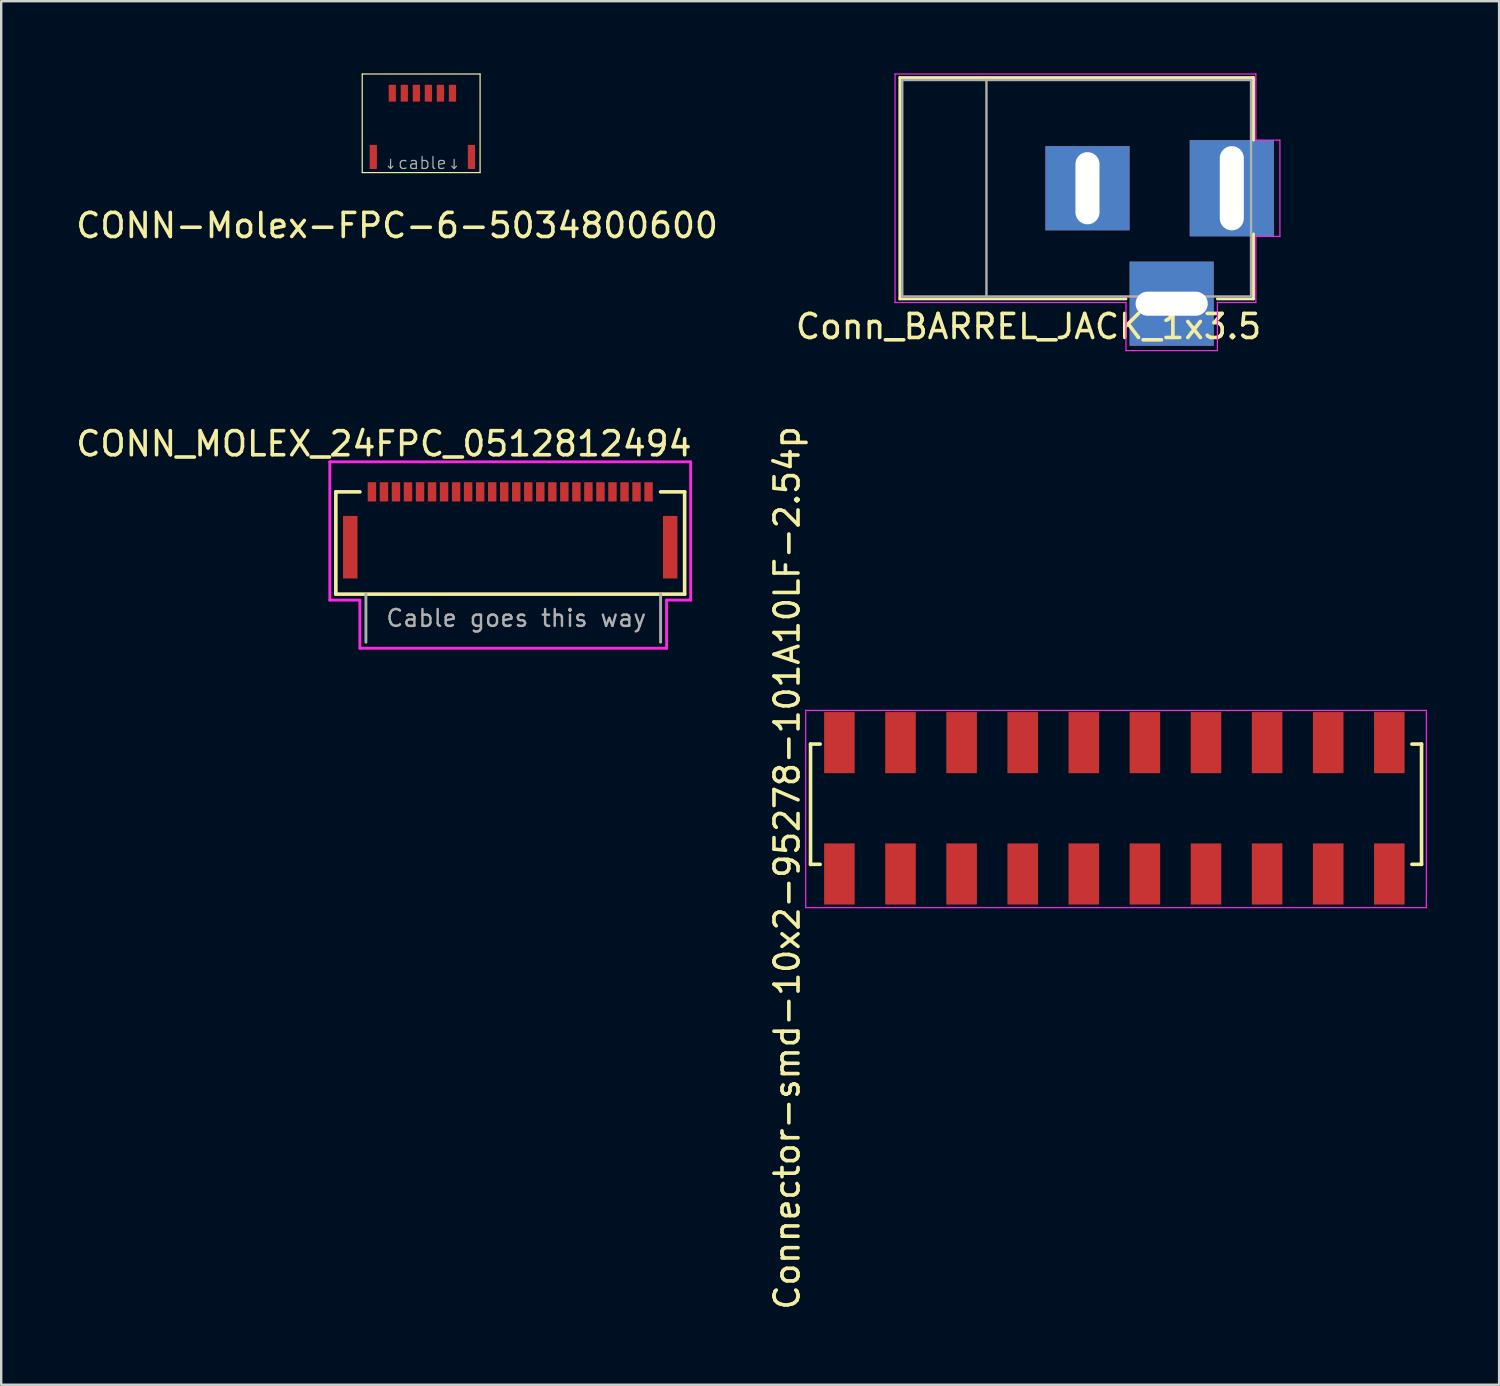
<source format=kicad_pcb>
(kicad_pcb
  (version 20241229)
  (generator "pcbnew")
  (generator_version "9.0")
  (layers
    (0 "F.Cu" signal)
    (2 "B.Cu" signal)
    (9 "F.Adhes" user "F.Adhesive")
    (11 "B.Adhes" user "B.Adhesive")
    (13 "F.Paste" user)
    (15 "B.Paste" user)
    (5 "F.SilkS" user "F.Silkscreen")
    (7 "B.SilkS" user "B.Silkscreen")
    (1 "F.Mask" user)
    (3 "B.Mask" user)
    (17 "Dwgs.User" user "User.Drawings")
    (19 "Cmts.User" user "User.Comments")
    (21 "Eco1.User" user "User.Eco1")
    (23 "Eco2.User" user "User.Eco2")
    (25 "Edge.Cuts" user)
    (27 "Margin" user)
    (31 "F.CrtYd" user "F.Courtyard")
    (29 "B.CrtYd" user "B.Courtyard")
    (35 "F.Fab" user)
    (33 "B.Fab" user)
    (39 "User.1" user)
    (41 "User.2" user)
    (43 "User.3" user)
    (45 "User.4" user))
  (footprint "CONN_MOLEX_24FPC_0512812494"
    (layer "F.Cu")
    (at 12.411 17.398)
    (property "Reference" "CONN_MOLEX_24FPC_0512812494" (at 0.5 -2 0) (layer "F.SilkS") (effects (font (size 1 1) (thickness 0.15))))
    (attr through_hole)
    (fp_line (start -1.5 0) (end -0.5 0) (stroke (width 0.15) (type solid)) (layer "F.SilkS"))
    (fp_line (start -1.5 4.25) (end -1.5 0) (stroke (width 0.15) (type solid)) (layer "F.SilkS"))
    (fp_line (start -1.5 4.25) (end 13 4.25) (stroke (width 0.15) (type solid)) (layer "F.SilkS"))
    (fp_line (start 13 0) (end 12 0) (stroke (width 0.15) (type solid)) (layer "F.SilkS"))
    (fp_line (start 13 4.25) (end 13 0) (stroke (width 0.15) (type solid)) (layer "F.SilkS"))
    (fp_line (start -1.75 -1.25) (end -1.75 4.5) (stroke (width 0.12) (type solid)) (layer "F.CrtYd"))
    (fp_line (start -1.75 4.5) (end -0.5 4.5) (stroke (width 0.12) (type solid)) (layer "F.CrtYd"))
    (fp_line (start -0.5 4.5) (end -0.5 6.5) (stroke (width 0.12) (type solid)) (layer "F.CrtYd"))
    (fp_line (start -0.5 6.5) (end 12.25 6.5) (stroke (width 0.12) (type solid)) (layer "F.CrtYd"))
    (fp_line (start 12.25 4.5) (end 13.25 4.5) (stroke (width 0.12) (type solid)) (layer "F.CrtYd"))
    (fp_line (start 12.25 6.5) (end 12.25 4.5) (stroke (width 0.12) (type solid)) (layer "F.CrtYd"))
    (fp_line (start 13.25 -1.25) (end -1.75 -1.25) (stroke (width 0.12) (type solid)) (layer "F.CrtYd"))
    (fp_line (start 13.25 4.5) (end 13.25 -1.25) (stroke (width 0.12) (type solid)) (layer "F.CrtYd"))
    (fp_line (start -0.25 6.25) (end -0.25 4.25) (stroke (width 0.12) (type solid)) (layer "F.Fab"))
    (fp_line (start 12 4.25) (end 12 6.25) (stroke (width 0.12) (type solid)) (layer "F.Fab"))
    (fp_text user "Cable goes this way" (at 6 5.25 0) (layer "F.Fab") (effects (font (size 0.7 0.7) (thickness 0.1))))
    (pad "1" smd rect (at 0 0) (size 0.35 0.8) (layers "F.Cu" "F.Mask" "F.Paste"))
    (pad "2" smd rect (at 0.5 0) (size 0.35 0.8) (layers "F.Cu" "F.Mask" "F.Paste"))
    (pad "3" smd rect (at 1 0) (size 0.35 0.8) (layers "F.Cu" "F.Mask" "F.Paste"))
    (pad "4" smd rect (at 1.5 0) (size 0.35 0.8) (layers "F.Cu" "F.Mask" "F.Paste"))
    (pad "5" smd rect (at 2 0) (size 0.35 0.8) (layers "F.Cu" "F.Mask" "F.Paste"))
    (pad "6" smd rect (at 2.5 0) (size 0.35 0.8) (layers "F.Cu" "F.Mask" "F.Paste"))
    (pad "7" smd rect (at 3 0) (size 0.35 0.8) (layers "F.Cu" "F.Mask" "F.Paste"))
    (pad "8" smd rect (at 3.5 0) (size 0.35 0.8) (layers "F.Cu" "F.Mask" "F.Paste"))
    (pad "9" smd rect (at 4 0) (size 0.35 0.8) (layers "F.Cu" "F.Mask" "F.Paste"))
    (pad "10" smd rect (at 4.5 0) (size 0.35 0.8) (layers "F.Cu" "F.Mask" "F.Paste"))
    (pad "11" smd rect (at 5 0) (size 0.35 0.8) (layers "F.Cu" "F.Mask" "F.Paste"))
    (pad "12" smd rect (at 5.5 0) (size 0.35 0.8) (layers "F.Cu" "F.Mask" "F.Paste"))
    (pad "13" smd rect (at 6 0) (size 0.35 0.8) (layers "F.Cu" "F.Mask" "F.Paste"))
    (pad "14" smd rect (at 6.5 0) (size 0.35 0.8) (layers "F.Cu" "F.Mask" "F.Paste"))
    (pad "15" smd rect (at 7 0) (size 0.35 0.8) (layers "F.Cu" "F.Mask" "F.Paste"))
    (pad "16" smd rect (at 7.5 0) (size 0.35 0.8) (layers "F.Cu" "F.Mask" "F.Paste"))
    (pad "17" smd rect (at 8 0) (size 0.35 0.8) (layers "F.Cu" "F.Mask" "F.Paste"))
    (pad "18" smd rect (at 8.5 0) (size 0.35 0.8) (layers "F.Cu" "F.Mask" "F.Paste"))
    (pad "19" smd rect (at 9 0) (size 0.35 0.8) (layers "F.Cu" "F.Mask" "F.Paste"))
    (pad "20" smd rect (at 9.5 0) (size 0.35 0.8) (layers "F.Cu" "F.Mask" "F.Paste"))
    (pad "21" smd rect (at 10 0) (size 0.35 0.8) (layers "F.Cu" "F.Mask" "F.Paste"))
    (pad "22" smd rect (at 10.5 0) (size 0.35 0.8) (layers "F.Cu" "F.Mask" "F.Paste"))
    (pad "23" smd rect (at 11 0) (size 0.35 0.8) (layers "F.Cu" "F.Mask" "F.Paste"))
    (pad "24" smd rect (at 11.5 0) (size 0.35 0.8) (layers "F.Cu" "F.Mask" "F.Paste"))
    (pad "~" smd rect (at -0.9 2.3) (size 0.6 2.6) (layers "F.Cu" "F.Mask" "F.Paste"))
    (pad "~" smd rect (at 12.4 2.3) (size 0.6 2.6) (layers "F.Cu" "F.Mask" "F.Paste")))
  (footprint "CONN-Molex-FPC-6-5034800600"
    (layer "F.Cu")
    (at 13.258 0.825)
    (property "Reference" "CONN-Molex-FPC-6-5034800600" (at 0.2 5.5 0) (layer "F.SilkS") (effects (font (size 1 1) (thickness 0.15))))
    (attr through_hole)
    (fp_line (start -1.25 -0.8) (end -1.25 3.3) (stroke (width 0.05) (type solid)) (layer "F.SilkS"))
    (fp_line (start -1.25 -0.8) (end 3.65 -0.8) (stroke (width 0.05) (type solid)) (layer "F.SilkS"))
    (fp_line (start -1.25 3.3) (end 3.65 3.3) (stroke (width 0.05) (type solid)) (layer "F.SilkS"))
    (fp_line (start 3.65 -0.8) (end 3.65 3.3) (stroke (width 0.05) (type solid)) (layer "F.SilkS"))
    (fp_text user "↓cable↓" (at 1.25 2.9 0) (layer "F.Fab") (effects (font (size 0.5 0.5) (thickness 0.05))))
    (pad "1" smd rect (at 0 0) (size 0.3 0.7) (layers "F.Cu" "F.Mask" "F.Paste"))
    (pad "2" smd rect (at 0.5 0) (size 0.3 0.7) (layers "F.Cu" "F.Mask" "F.Paste"))
    (pad "3" smd rect (at 1 0) (size 0.3 0.7) (layers "F.Cu" "F.Mask" "F.Paste"))
    (pad "4" smd rect (at 1.5 0) (size 0.3 0.7) (layers "F.Cu" "F.Mask" "F.Paste"))
    (pad "5" smd rect (at 2 0) (size 0.3 0.7) (layers "F.Cu" "F.Mask" "F.Paste"))
    (pad "6" smd rect (at 2.5 0) (size 0.3 0.7) (layers "F.Cu" "F.Mask" "F.Paste"))
    (pad "~" smd rect (at -0.79 2.65) (size 0.3 1) (layers "F.Cu" "F.Mask" "F.Paste"))
    (pad "~" smd rect (at 3.29 2.65) (size 0.3 1) (layers "F.Cu" "F.Mask" "F.Paste")))
  (footprint "Conn_BARREL_JACK_1x3.5"
    (layer "F.Cu")
    (at 48.158 4.775)
    (property "Reference" "Conn_BARREL_JACK_1x3.5" (at -8.45 5.75 180) (layer "F.SilkS") (effects (font (size 1 1) (thickness 0.15))))
    (attr through_hole)
    (fp_line (start -13.8 -4.6) (end 0.9 -4.6) (stroke (width 0.12) (type solid)) (layer "F.SilkS"))
    (fp_line (start -13.8 4.6) (end -13.8 -4.6) (stroke (width 0.12) (type solid)) (layer "F.SilkS"))
    (fp_line (start -4.4 4.6) (end -13.8 4.6) (stroke (width 0.12) (type solid)) (layer "F.SilkS"))
    (fp_line (start 0.9 -4.6) (end 0.9 -2) (stroke (width 0.12) (type solid)) (layer "F.SilkS"))
    (fp_line (start 0.9 1.9) (end 0.9 4.6) (stroke (width 0.12) (type solid)) (layer "F.SilkS"))
    (fp_line (start 0.9 4.6) (end -0.6 4.6) (stroke (width 0.12) (type solid)) (layer "F.SilkS"))
    (fp_line (start -14 4.75) (end -14 -4.75) (stroke (width 0.05) (type solid)) (layer "F.CrtYd"))
    (fp_line (start -4.4 4.75) (end -14 4.75) (stroke (width 0.05) (type solid)) (layer "F.CrtYd"))
    (fp_line (start -4.4 6.75) (end -4.4 4.75) (stroke (width 0.05) (type solid)) (layer "F.CrtYd"))
    (fp_line (start -0.6 4.75) (end -0.6 6.75) (stroke (width 0.05) (type solid)) (layer "F.CrtYd"))
    (fp_line (start -0.6 6.75) (end -4.4 6.75) (stroke (width 0.05) (type solid)) (layer "F.CrtYd"))
    (fp_line (start 1 -4.75) (end -14 -4.75) (stroke (width 0.05) (type solid)) (layer "F.CrtYd"))
    (fp_line (start 1 -4.5) (end 1 -4.75) (stroke (width 0.05) (type solid)) (layer "F.CrtYd"))
    (fp_line (start 1 -4.5) (end 1 -2) (stroke (width 0.05) (type solid)) (layer "F.CrtYd"))
    (fp_line (start 1 -2) (end 2 -2) (stroke (width 0.05) (type solid)) (layer "F.CrtYd"))
    (fp_line (start 1 2) (end 1 4.75) (stroke (width 0.05) (type solid)) (layer "F.CrtYd"))
    (fp_line (start 1 4.75) (end -0.6 4.75) (stroke (width 0.05) (type solid)) (layer "F.CrtYd"))
    (fp_line (start 2 -2) (end 2 2) (stroke (width 0.05) (type solid)) (layer "F.CrtYd"))
    (fp_line (start 2 2) (end 1 2) (stroke (width 0.05) (type solid)) (layer "F.CrtYd"))
    (fp_line (start -13.7 -4.5) (end -13.7 4.5) (stroke (width 0.1) (type solid)) (layer "F.Fab"))
    (fp_line (start -13.7 4.5) (end 0.8 4.5) (stroke (width 0.1) (type solid)) (layer "F.Fab"))
    (fp_line (start -10.2 -4.5) (end -10.2 4.5) (stroke (width 0.1) (type solid)) (layer "F.Fab"))
    (fp_line (start 0.8 -4.5) (end -13.7 -4.5) (stroke (width 0.1) (type solid)) (layer "F.Fab"))
    (fp_line (start 0.8 4.5) (end 0.8 -4.5) (stroke (width 0.1) (type solid)) (layer "F.Fab"))
    (pad "1" thru_hole rect (at 0 0) (size 3.5 4) (drill oval 1 3.5) (layers "*.Cu" "*.Mask"))
    (pad "2" thru_hole rect (at -6 0) (size 3.5 3.5) (drill oval 1 3) (layers "*.Cu" "*.Mask"))
    (pad "3" thru_hole rect (at -2.5 4.8) (size 3.5 3.5) (drill oval 3 1) (layers "*.Cu" "*.Mask")))
  (footprint "Connector-smd-10x2-95278-101A10LF-2.54p"
    (layer "F.Cu")
    (at 31.845 33.282)
    (property "Reference" "Connector-smd-10x2-95278-101A10LF-2.54p" (at -2.175 -0.25 90) (layer "F.SilkS") (effects (font (size 1 1) (thickness 0.15))))
    (attr through_hole)
    (fp_line (start -1.2 -5.4) (end -1.2 -0.4) (stroke (width 0.15) (type solid)) (layer "F.SilkS"))
    (fp_line (start -1.2 -5.4) (end -0.8 -5.4) (stroke (width 0.15) (type solid)) (layer "F.SilkS"))
    (fp_line (start -1.2 -0.4) (end -0.8 -0.4) (stroke (width 0.15) (type solid)) (layer "F.SilkS"))
    (fp_line (start 24.2 -5.4) (end 23.8 -5.4) (stroke (width 0.15) (type solid)) (layer "F.SilkS"))
    (fp_line (start 24.2 -0.4) (end 23.8 -0.4) (stroke (width 0.15) (type solid)) (layer "F.SilkS"))
    (fp_line (start 24.2 -0.4) (end 24.2 -5.4) (stroke (width 0.15) (type solid)) (layer "F.SilkS"))
    (fp_line (start -1.4 -6.8) (end -1.4 1.4) (stroke (width 0.05) (type solid)) (layer "F.CrtYd"))
    (fp_line (start -1.4 1.4) (end 24.4 1.4) (stroke (width 0.05) (type solid)) (layer "F.CrtYd"))
    (fp_line (start 24.4 -6.8) (end -1.4 -6.8) (stroke (width 0.05) (type solid)) (layer "F.CrtYd"))
    (fp_line (start 24.4 1.4) (end 24.4 -6.8) (stroke (width 0.05) (type solid)) (layer "F.CrtYd"))
    (pad "1" smd rect (at 0 0) (size 1.27 2.54) (layers "F.Cu" "F.Mask" "F.Paste"))
    (pad "2" smd rect (at 0 -5.46) (size 1.27 2.54) (layers "F.Cu" "F.Mask" "F.Paste"))
    (pad "3" smd rect (at 2.54 0) (size 1.27 2.54) (layers "F.Cu" "F.Mask" "F.Paste"))
    (pad "4" smd rect (at 2.54 -5.46) (size 1.27 2.54) (layers "F.Cu" "F.Mask" "F.Paste"))
    (pad "5" smd rect (at 5.08 0) (size 1.27 2.54) (layers "F.Cu" "F.Mask" "F.Paste"))
    (pad "6" smd rect (at 5.08 -5.46) (size 1.27 2.54) (layers "F.Cu" "F.Mask" "F.Paste"))
    (pad "7" smd rect (at 7.62 0) (size 1.27 2.54) (layers "F.Cu" "F.Mask" "F.Paste"))
    (pad "8" smd rect (at 7.62 -5.46) (size 1.27 2.54) (layers "F.Cu" "F.Mask" "F.Paste"))
    (pad "9" smd rect (at 10.16 0) (size 1.27 2.54) (layers "F.Cu" "F.Mask" "F.Paste"))
    (pad "10" smd rect (at 10.16 -5.46) (size 1.27 2.54) (layers "F.Cu" "F.Mask" "F.Paste"))
    (pad "11" smd rect (at 12.7 0) (size 1.27 2.54) (layers "F.Cu" "F.Mask" "F.Paste"))
    (pad "12" smd rect (at 12.7 -5.46) (size 1.27 2.54) (layers "F.Cu" "F.Mask" "F.Paste"))
    (pad "13" smd rect (at 15.24 0) (size 1.27 2.54) (layers "F.Cu" "F.Mask" "F.Paste"))
    (pad "14" smd rect (at 15.24 -5.46) (size 1.27 2.54) (layers "F.Cu" "F.Mask" "F.Paste"))
    (pad "15" smd rect (at 17.78 0) (size 1.27 2.54) (layers "F.Cu" "F.Mask" "F.Paste"))
    (pad "16" smd rect (at 17.78 -5.46) (size 1.27 2.54) (layers "F.Cu" "F.Mask" "F.Paste"))
    (pad "17" smd rect (at 20.32 0) (size 1.27 2.54) (layers "F.Cu" "F.Mask" "F.Paste"))
    (pad "18" smd rect (at 20.32 -5.46) (size 1.27 2.54) (layers "F.Cu" "F.Mask" "F.Paste"))
    (pad "19" smd rect (at 22.86 0) (size 1.27 2.54) (layers "F.Cu" "F.Mask" "F.Paste"))
    (pad "20" smd rect (at 22.86 -5.46) (size 1.27 2.54) (layers "F.Cu" "F.Mask" "F.Paste")))
  (gr_rect
    (start -3 -3)
    (end 59.27 54.514)
    (stroke (width 0.1) (type default))
    (fill no)
    (layer "Edge.Cuts")))
</source>
